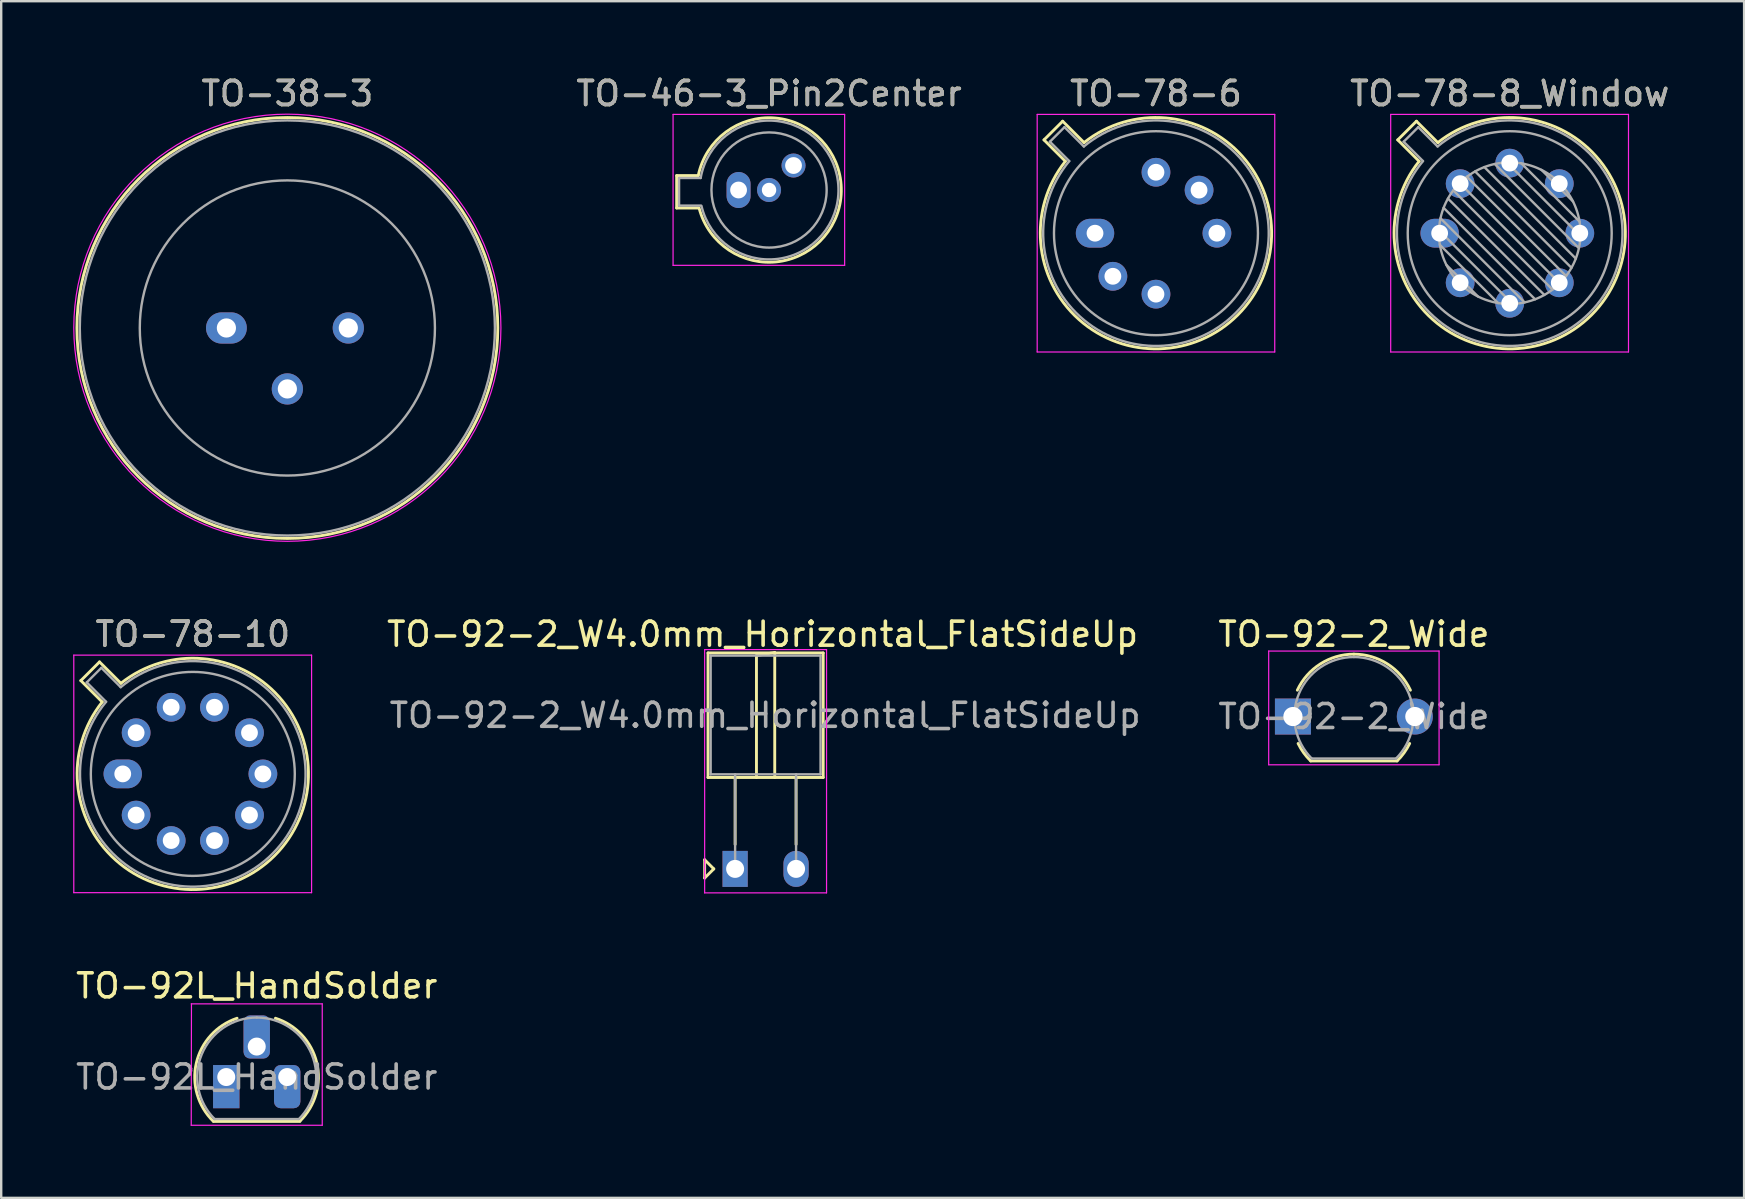
<source format=kicad_pcb>
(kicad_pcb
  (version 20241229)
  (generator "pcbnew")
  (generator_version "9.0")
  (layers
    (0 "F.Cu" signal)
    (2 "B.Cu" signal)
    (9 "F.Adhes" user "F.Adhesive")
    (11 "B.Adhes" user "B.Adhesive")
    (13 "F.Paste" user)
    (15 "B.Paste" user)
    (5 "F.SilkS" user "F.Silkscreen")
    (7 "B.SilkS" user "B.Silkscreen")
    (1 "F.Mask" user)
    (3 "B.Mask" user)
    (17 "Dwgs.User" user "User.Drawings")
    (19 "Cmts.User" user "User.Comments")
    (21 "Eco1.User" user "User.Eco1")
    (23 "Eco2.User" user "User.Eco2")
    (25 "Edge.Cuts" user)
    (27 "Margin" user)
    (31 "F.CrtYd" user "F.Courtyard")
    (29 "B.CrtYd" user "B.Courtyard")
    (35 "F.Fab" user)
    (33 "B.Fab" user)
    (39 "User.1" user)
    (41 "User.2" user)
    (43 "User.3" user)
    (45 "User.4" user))
  (footprint "TO-46-3_Pin2Center"
    (layer "F.Cu")
    (at 27.729 4.868)
    (property "Reference" "TO-46-3_Pin2Center" (at 1.27 -4.02 0) (layer "F.SilkS") (effects (font (size 1 1) (thickness 0.15))))
    (attr through_hole)
    (fp_line (start -2.58 -0.6) (end -2.58 0.75) (stroke (width 0.12) (type solid)) (layer "F.SilkS"))
    (fp_line (start -2.58 0.75) (end -1.68 0.75) (stroke (width 0.12) (type solid)) (layer "F.SilkS"))
    (fp_line (start -1.68 -0.6) (end -2.58 -0.6) (stroke (width 0.12) (type solid)) (layer "F.SilkS"))
    (fp_arc (start -1.68 -0.6) (mid 4.279362 -0.078983) (end -1.644465 0.753918) (stroke (width 0.12) (type solid)) (layer "F.SilkS"))
    (fp_line (start -2.73 -3.15) (end -2.73 3.14) (stroke (width 0.05) (type solid)) (layer "F.CrtYd"))
    (fp_line (start -2.73 -3.15) (end 4.42 -3.15) (stroke (width 0.05) (type solid)) (layer "F.CrtYd"))
    (fp_line (start 4.42 3.14) (end -2.73 3.14) (stroke (width 0.05) (type solid)) (layer "F.CrtYd"))
    (fp_line (start 4.42 3.14) (end 4.42 -3.15) (stroke (width 0.05) (type solid)) (layer "F.CrtYd"))
    (fp_line (start -2.48 -0.5) (end -2.48 0.65) (stroke (width 0.1) (type solid)) (layer "F.Fab"))
    (fp_line (start -2.48 0.65) (end -1.58 0.65) (stroke (width 0.1) (type solid)) (layer "F.Fab"))
    (fp_line (start -1.58 -0.5) (end -2.48 -0.5) (stroke (width 0.1) (type solid)) (layer "F.Fab"))
    (fp_arc (start -1.58 -0.5) (mid 4.1624 -0.08076) (end -1.54766 0.65825) (stroke (width 0.1) (type solid)) (layer "F.Fab"))
    (fp_circle (center 1.27 0) (end 3.67 0) (stroke (width 0.1) (type solid)) (fill no) (layer "F.Fab"))
    (fp_text user "${REFERENCE}" (at 1.27 -4.02 0) (layer "F.Fab") (effects (font (size 1 1) (thickness 0.15))))
    (pad "1" thru_hole oval (at 0 0 90) (size 1.5 1) (drill 0.7) (layers "*.Cu" "*.Mask"))
    (pad "2" thru_hole oval (at 1.27 0) (size 1 1) (drill 0.6) (layers "*.Cu" "*.Mask"))
    (pad "3" thru_hole oval (at 2.29 -1.02 90) (size 1 1) (drill 0.7) (layers "*.Cu" "*.Mask")))
  (footprint "TO-78-8_Window"
    (layer "F.Cu")
    (at 56.945 6.668)
    (property "Reference" "TO-78-8_Window" (at 2.92 -5.82 0) (layer "F.SilkS") (effects (font (size 1 1) (thickness 0.15))))
    (attr through_hole)
    (fp_line (start -1.746 -3.888) (end -0.855 -2.997) (stroke (width 0.12) (type solid)) (layer "F.SilkS"))
    (fp_line (start -0.968 -4.666) (end -1.746 -3.888) (stroke (width 0.12) (type solid)) (layer "F.SilkS"))
    (fp_line (start -0.077 -3.775) (end -0.968 -4.666) (stroke (width 0.12) (type solid)) (layer "F.SilkS"))
    (fp_arc (start -0.077084 -3.774902) (mid 6.328125 3.408384) (end -0.854674 -2.997371) (stroke (width 0.12) (type solid)) (layer "F.SilkS"))
    (fp_line (start -2.04 -4.95) (end -2.04 4.95) (stroke (width 0.05) (type solid)) (layer "F.CrtYd"))
    (fp_line (start -2.04 4.95) (end 7.87 4.95) (stroke (width 0.05) (type solid)) (layer "F.CrtYd"))
    (fp_line (start 7.87 -4.95) (end -2.04 -4.95) (stroke (width 0.05) (type solid)) (layer "F.CrtYd"))
    (fp_line (start 7.87 4.95) (end 7.87 -4.95) (stroke (width 0.05) (type solid)) (layer "F.CrtYd"))
    (fp_line (start -1.5 -3.812) (end -0.694 -3.005) (stroke (width 0.1) (type solid)) (layer "F.Fab"))
    (fp_line (start -0.892 -4.42) (end -1.5 -3.812) (stroke (width 0.1) (type solid)) (layer "F.Fab"))
    (fp_line (start -0.085 -3.614) (end -0.892 -4.42) (stroke (width 0.1) (type solid)) (layer "F.Fab"))
    (fp_line (start -0.028 -0.12) (end 3.04 2.948) (stroke (width 0.1) (type solid)) (layer "F.Fab"))
    (fp_line (start 0.009 0.485) (end 2.435 2.911) (stroke (width 0.1) (type solid)) (layer "F.Fab"))
    (fp_line (start 0.036 -0.622) (end 3.542 2.884) (stroke (width 0.1) (type solid)) (layer "F.Fab"))
    (fp_line (start 0.165 -1.058) (end 3.978 2.755) (stroke (width 0.1) (type solid)) (layer "F.Fab"))
    (fp_line (start 0.283 1.324) (end 1.596 2.637) (stroke (width 0.1) (type solid)) (layer "F.Fab"))
    (fp_line (start 0.346 -1.443) (end 4.363 2.574) (stroke (width 0.1) (type solid)) (layer "F.Fab"))
    (fp_line (start 0.57 -1.784) (end 4.704 2.35) (stroke (width 0.1) (type solid)) (layer "F.Fab"))
    (fp_line (start 0.834 -2.086) (end 5.006 2.086) (stroke (width 0.1) (type solid)) (layer "F.Fab"))
    (fp_line (start 1.136 -2.35) (end 5.27 1.784) (stroke (width 0.1) (type solid)) (layer "F.Fab"))
    (fp_line (start 1.477 -2.574) (end 5.494 1.443) (stroke (width 0.1) (type solid)) (layer "F.Fab"))
    (fp_line (start 1.862 -2.755) (end 5.675 1.058) (stroke (width 0.1) (type solid)) (layer "F.Fab"))
    (fp_line (start 2.298 -2.884) (end 5.804 0.622) (stroke (width 0.1) (type solid)) (layer "F.Fab"))
    (fp_line (start 2.8 -2.948) (end 5.868 0.12) (stroke (width 0.1) (type solid)) (layer "F.Fab"))
    (fp_line (start 3.405 -2.911) (end 5.831 -0.485) (stroke (width 0.1) (type solid)) (layer "F.Fab"))
    (fp_line (start 4.244 -2.637) (end 5.557 -1.324) (stroke (width 0.1) (type solid)) (layer "F.Fab"))
    (fp_arc (start -0.085408 -3.61352) (mid 6.243443 3.323361) (end -0.693594 -3.005319) (stroke (width 0.1) (type solid)) (layer "F.Fab"))
    (fp_circle (center 2.92 0) (end 5.87 0) (stroke (width 0.1) (type solid)) (fill no) (layer "F.Fab"))
    (fp_circle (center 2.92 0) (end 7.17 0) (stroke (width 0.1) (type solid)) (fill no) (layer "F.Fab"))
    (fp_text user "${REFERENCE}" (at 2.92 -5.82 0) (layer "F.Fab") (effects (font (size 1 1) (thickness 0.15))))
    (pad "1" thru_hole oval (at 0 0) (size 1.6 1.2) (drill 0.7) (layers "*.Cu" "*.Mask"))
    (pad "2" thru_hole oval (at 0.855 2.065) (size 1.2 1.2) (drill 0.7) (layers "*.Cu" "*.Mask"))
    (pad "3" thru_hole oval (at 2.92 2.92) (size 1.2 1.2) (drill 0.7) (layers "*.Cu" "*.Mask"))
    (pad "4" thru_hole oval (at 4.985 2.065) (size 1.2 1.2) (drill 0.7) (layers "*.Cu" "*.Mask"))
    (pad "5" thru_hole oval (at 5.84 0) (size 1.2 1.2) (drill 0.7) (layers "*.Cu" "*.Mask"))
    (pad "6" thru_hole oval (at 4.985 -2.065) (size 1.2 1.2) (drill 0.7) (layers "*.Cu" "*.Mask"))
    (pad "7" thru_hole oval (at 2.92 -2.92) (size 1.2 1.2) (drill 0.7) (layers "*.Cu" "*.Mask"))
    (pad "8" thru_hole oval (at 0.855 -2.065) (size 1.2 1.2) (drill 0.7) (layers "*.Cu" "*.Mask")))
  (footprint "TO-78-10"
    (layer "F.Cu")
    (at 2.065 29.201)
    (property "Reference" "TO-78-10" (at 2.92 -5.82 0) (layer "F.SilkS") (effects (font (size 1 1) (thickness 0.15))))
    (attr through_hole)
    (fp_line (start -1.746 -3.888) (end -0.855 -2.997) (stroke (width 0.12) (type solid)) (layer "F.SilkS"))
    (fp_line (start -0.968 -4.666) (end -1.746 -3.888) (stroke (width 0.12) (type solid)) (layer "F.SilkS"))
    (fp_line (start -0.077 -3.775) (end -0.968 -4.666) (stroke (width 0.12) (type solid)) (layer "F.SilkS"))
    (fp_arc (start -0.077084 -3.774902) (mid 6.328125 3.408384) (end -0.854674 -2.997371) (stroke (width 0.12) (type solid)) (layer "F.SilkS"))
    (fp_line (start -2.04 -4.95) (end -2.04 4.95) (stroke (width 0.05) (type solid)) (layer "F.CrtYd"))
    (fp_line (start -2.04 4.95) (end 7.87 4.95) (stroke (width 0.05) (type solid)) (layer "F.CrtYd"))
    (fp_line (start 7.87 -4.95) (end -2.04 -4.95) (stroke (width 0.05) (type solid)) (layer "F.CrtYd"))
    (fp_line (start 7.87 4.95) (end 7.87 -4.95) (stroke (width 0.05) (type solid)) (layer "F.CrtYd"))
    (fp_line (start -1.5 -3.812) (end -0.694 -3.005) (stroke (width 0.1) (type solid)) (layer "F.Fab"))
    (fp_line (start -0.892 -4.42) (end -1.5 -3.812) (stroke (width 0.1) (type solid)) (layer "F.Fab"))
    (fp_line (start -0.085 -3.614) (end -0.892 -4.42) (stroke (width 0.1) (type solid)) (layer "F.Fab"))
    (fp_arc (start -0.085408 -3.61352) (mid 6.243443 3.323361) (end -0.693594 -3.005319) (stroke (width 0.1) (type solid)) (layer "F.Fab"))
    (fp_circle (center 2.92 0) (end 7.17 0) (stroke (width 0.1) (type solid)) (fill no) (layer "F.Fab"))
    (fp_text user "${REFERENCE}" (at 2.92 -5.82 0) (layer "F.Fab") (effects (font (size 1 1) (thickness 0.15))))
    (pad "1" thru_hole oval (at 0 0) (size 1.6 1.2) (drill 0.7) (layers "*.Cu" "*.Mask"))
    (pad "2" thru_hole oval (at 0.558 1.716) (size 1.2 1.2) (drill 0.7) (layers "*.Cu" "*.Mask"))
    (pad "3" thru_hole oval (at 2.018 2.777) (size 1.2 1.2) (drill 0.7) (layers "*.Cu" "*.Mask"))
    (pad "4" thru_hole oval (at 3.822 2.777) (size 1.2 1.2) (drill 0.7) (layers "*.Cu" "*.Mask"))
    (pad "5" thru_hole oval (at 5.282 1.716) (size 1.2 1.2) (drill 0.7) (layers "*.Cu" "*.Mask"))
    (pad "6" thru_hole oval (at 5.84 0) (size 1.2 1.2) (drill 0.7) (layers "*.Cu" "*.Mask"))
    (pad "7" thru_hole oval (at 5.282 -1.716) (size 1.2 1.2) (drill 0.7) (layers "*.Cu" "*.Mask"))
    (pad "8" thru_hole oval (at 3.822 -2.777) (size 1.2 1.2) (drill 0.7) (layers "*.Cu" "*.Mask"))
    (pad "9" thru_hole oval (at 2.018 -2.777) (size 1.2 1.2) (drill 0.7) (layers "*.Cu" "*.Mask"))
    (pad "10" thru_hole oval (at 0.558 -1.716) (size 1.2 1.2) (drill 0.7) (layers "*.Cu" "*.Mask")))
  (footprint "TO-92L_HandSolder"
    (layer "F.Cu")
    (at 6.379 41.834)
    (property "Reference" "TO-92L_HandSolder" (at 1.27 -3.8 0) (layer "F.SilkS") (effects (font (size 1 1) (thickness 0.15))))
    (attr through_hole)
    (fp_line (start -0.53 1.85) (end 3.07 1.85) (stroke (width 0.12) (type solid)) (layer "F.SilkS"))
    (fp_arc (start -0.541453 1.842156) (mid -1.247298 -0.581475) (end 0.45 -2.45) (stroke (width 0.12) (type solid)) (layer "F.SilkS"))
    (fp_arc (start 2.05 -2.45) (mid 3.769931 -0.601036) (end 3.078445 1.827684) (stroke (width 0.12) (type solid)) (layer "F.SilkS"))
    (fp_line (start -1.46 -3.05) (end 4 -3.05) (stroke (width 0.05) (type solid)) (layer "F.CrtYd"))
    (fp_line (start -1.45 -3.05) (end -1.46 2.01) (stroke (width 0.05) (type solid)) (layer "F.CrtYd"))
    (fp_line (start 4 2.01) (end -1.46 2.01) (stroke (width 0.05) (type solid)) (layer "F.CrtYd"))
    (fp_line (start 4 2.01) (end 4 -3.05) (stroke (width 0.05) (type solid)) (layer "F.CrtYd"))
    (fp_line (start -0.5 1.75) (end 3 1.75) (stroke (width 0.1) (type solid)) (layer "F.Fab"))
    (fp_arc (start -0.483625 1.753625) (mid -1.021221 -0.949055) (end 1.27 -2.48) (stroke (width 0.1) (type solid)) (layer "F.Fab"))
    (fp_arc (start 1.27 -2.48) (mid 3.561221 -0.949055) (end 3.023625 1.753625) (stroke (width 0.1) (type solid)) (layer "F.Fab"))
    (fp_text user "${REFERENCE}" (at 1.27 0 0) (layer "F.Fab") (effects (font (size 1 1) (thickness 0.15))))
    (pad "1" thru_hole rect (at 0 0) (size 1.1 1.8) (drill 0.75 (offset 0 0.4)) (layers "*.Cu" "*.Mask"))
    (pad "2" thru_hole roundrect (at 1.27 -1.27) (size 1.1 1.8) (drill 0.75 (offset 0 -0.4)) (layers "*.Cu" "*.Mask") (roundrect_rratio 0.25))
    (pad "3" thru_hole roundrect (at 2.54 0) (size 1.1 1.8) (drill 0.75 (offset 0 0.4)) (layers "*.Cu" "*.Mask") (roundrect_rratio 0.25)))
  (footprint "TO-92-2_W4.0mm_Horizontal_FlatSideUp"
    (layer "F.Cu")
    (at 27.585 33.16)
    (property "Reference" "TO-92-2_W4.0mm_Horizontal_FlatSideUp" (at 1.143 -9.779 0) (layer "F.SilkS") (effects (font (size 1 1) (thickness 0.15))))
    (attr through_hole)
    (fp_line (start -1.27 -0.381) (end -1.27 0.381) (stroke (width 0.12) (type solid)) (layer "F.SilkS"))
    (fp_line (start -1.27 0.381) (end -0.889 0) (stroke (width 0.12) (type solid)) (layer "F.SilkS"))
    (fp_line (start -1.13 -9) (end -1.13 -3.81) (stroke (width 0.12) (type solid)) (layer "F.SilkS"))
    (fp_line (start -1.13 -3.81) (end 3.67 -3.81) (stroke (width 0.12) (type solid)) (layer "F.SilkS"))
    (fp_line (start -0.889 0) (end -1.27 -0.381) (stroke (width 0.12) (type solid)) (layer "F.SilkS"))
    (fp_line (start 0 -1.02) (end 0 -3.81) (stroke (width 0.12) (type solid)) (layer "F.SilkS"))
    (fp_line (start 0.889 -8.89) (end 1.651 -9.017) (stroke (width 0.12) (type solid)) (layer "F.SilkS"))
    (fp_line (start 0.889 -3.81) (end 0.889 -8.89) (stroke (width 0.12) (type solid)) (layer "F.SilkS"))
    (fp_line (start 1.651 -9.017) (end 1.651 -3.81) (stroke (width 0.12) (type solid)) (layer "F.SilkS"))
    (fp_line (start 2.54 -1.02) (end 2.54 -3.81) (stroke (width 0.12) (type solid)) (layer "F.SilkS"))
    (fp_line (start 3.67 -9) (end -1.13 -9) (stroke (width 0.12) (type solid)) (layer "F.SilkS"))
    (fp_line (start 3.67 -3.81) (end 3.67 -9) (stroke (width 0.12) (type solid)) (layer "F.SilkS"))
    (fp_line (start -1.27 -9.14) (end -1.27 1) (stroke (width 0.05) (type solid)) (layer "F.CrtYd"))
    (fp_line (start -1.27 -9.14) (end 3.81 -9.14) (stroke (width 0.05) (type solid)) (layer "F.CrtYd"))
    (fp_line (start 3.81 1) (end -1.27 1) (stroke (width 0.05) (type solid)) (layer "F.CrtYd"))
    (fp_line (start 3.81 1) (end 3.81 -9.14) (stroke (width 0.05) (type solid)) (layer "F.CrtYd"))
    (fp_line (start -1.02 -8.89) (end -1.02 -3.94) (stroke (width 0.1) (type solid)) (layer "F.Fab"))
    (fp_line (start -1.02 -3.94) (end 3.56 -3.94) (stroke (width 0.1) (type solid)) (layer "F.Fab"))
    (fp_line (start 0 -3.94) (end 0 0) (stroke (width 0.1) (type solid)) (layer "F.Fab"))
    (fp_line (start 2.54 -3.94) (end 2.54 0) (stroke (width 0.1) (type solid)) (layer "F.Fab"))
    (fp_line (start 3.56 -8.89) (end -1.02 -8.89) (stroke (width 0.1) (type solid)) (layer "F.Fab"))
    (fp_line (start 3.56 -3.94) (end 3.56 -8.89) (stroke (width 0.1) (type solid)) (layer "F.Fab"))
    (fp_text user "${REFERENCE}" (at 1.25 -6.4 0) (layer "F.Fab") (effects (font (size 1 1) (thickness 0.15))))
    (pad "1" thru_hole rect (at 0 0) (size 1.05 1.5) (drill 0.75) (layers "*.Cu" "*.Mask"))
    (pad "2" thru_hole oval (at 2.54 0) (size 1.05 1.5) (drill 0.75) (layers "*.Cu" "*.Mask")))
  (footprint "TO-78-6"
    (layer "F.Cu")
    (at 42.583 6.668)
    (property "Reference" "TO-78-6" (at 2.54 -5.82 0) (layer "F.SilkS") (effects (font (size 1 1) (thickness 0.15))))
    (attr through_hole)
    (fp_line (start -2.126 -3.888) (end -1.235 -2.997) (stroke (width 0.12) (type solid)) (layer "F.SilkS"))
    (fp_line (start -1.348 -4.666) (end -2.126 -3.888) (stroke (width 0.12) (type solid)) (layer "F.SilkS"))
    (fp_line (start -0.457 -3.775) (end -1.348 -4.666) (stroke (width 0.12) (type solid)) (layer "F.SilkS"))
    (fp_arc (start -0.457084 -3.774902) (mid 5.948125 3.408384) (end -1.234674 -2.997371) (stroke (width 0.12) (type solid)) (layer "F.SilkS"))
    (fp_line (start -2.41 -4.95) (end -2.41 4.95) (stroke (width 0.05) (type solid)) (layer "F.CrtYd"))
    (fp_line (start -2.41 4.95) (end 7.49 4.95) (stroke (width 0.05) (type solid)) (layer "F.CrtYd"))
    (fp_line (start 7.49 -4.95) (end -2.41 -4.95) (stroke (width 0.05) (type solid)) (layer "F.CrtYd"))
    (fp_line (start 7.49 4.95) (end 7.49 -4.95) (stroke (width 0.05) (type solid)) (layer "F.CrtYd"))
    (fp_line (start -1.88 -3.812) (end -1.074 -3.005) (stroke (width 0.1) (type solid)) (layer "F.Fab"))
    (fp_line (start -1.272 -4.42) (end -1.88 -3.812) (stroke (width 0.1) (type solid)) (layer "F.Fab"))
    (fp_line (start -0.465 -3.614) (end -1.272 -4.42) (stroke (width 0.1) (type solid)) (layer "F.Fab"))
    (fp_arc (start -0.465408 -3.61352) (mid 5.863443 3.323361) (end -1.073594 -3.005319) (stroke (width 0.1) (type solid)) (layer "F.Fab"))
    (fp_circle (center 2.54 0) (end 6.79 0) (stroke (width 0.1) (type solid)) (fill no) (layer "F.Fab"))
    (fp_text user "${REFERENCE}" (at 2.54 -5.82 0) (layer "F.Fab") (effects (font (size 1 1) (thickness 0.15))))
    (pad "1" thru_hole oval (at 0 0) (size 1.6 1.2) (drill 0.7) (layers "*.Cu" "*.Mask"))
    (pad "2" thru_hole oval (at 0.744 1.796) (size 1.2 1.2) (drill 0.7) (layers "*.Cu" "*.Mask"))
    (pad "3" thru_hole oval (at 2.54 2.54) (size 1.2 1.2) (drill 0.7) (layers "*.Cu" "*.Mask"))
    (pad "4" thru_hole oval (at 5.08 0) (size 1.2 1.2) (drill 0.7) (layers "*.Cu" "*.Mask"))
    (pad "5" thru_hole oval (at 4.336 -1.796) (size 1.2 1.2) (drill 0.7) (layers "*.Cu" "*.Mask"))
    (pad "6" thru_hole oval (at 2.54 -2.54) (size 1.2 1.2) (drill 0.7) (layers "*.Cu" "*.Mask")))
  (footprint "TO-38-3"
    (layer "F.Cu")
    (at 6.385 10.618)
    (property "Reference" "TO-38-3" (at 2.54 -9.77 0) (layer "F.SilkS") (effects (font (size 1 1) (thickness 0.15))))
    (attr through_hole)
    (fp_circle (center 2.54 0) (end 11.31 0) (stroke (width 0.12) (type solid)) (fill no) (layer "F.SilkS"))
    (fp_circle (center 2.54 -0.01) (end 11.44 -0.01) (stroke (width 0.05) (type solid)) (fill no) (layer "F.CrtYd"))
    (fp_circle (center 2.54 0) (end 8.69 0) (stroke (width 0.1) (type solid)) (fill no) (layer "F.Fab"))
    (fp_circle (center 2.54 0) (end 11.19 0) (stroke (width 0.1) (type solid)) (fill no) (layer "F.Fab"))
    (fp_text user "${REFERENCE}" (at 2.54 -9.77 0) (layer "F.Fab") (effects (font (size 1 1) (thickness 0.15))))
    (pad "1" thru_hole oval (at 0 0) (size 1.7 1.3) (drill 0.8) (layers "*.Cu" "*.Mask"))
    (pad "2" thru_hole oval (at 2.54 2.54) (size 1.3 1.3) (drill 0.8) (layers "*.Cu" "*.Mask"))
    (pad "3" thru_hole oval (at 5.08 0) (size 1.3 1.3) (drill 0.8) (layers "*.Cu" "*.Mask")))
  (footprint "TO-92-2_Wide"
    (layer "F.Cu")
    (at 50.831 26.811)
    (property "Reference" "TO-92-2_Wide" (at 2.54 -3.43 0) (layer "F.SilkS") (effects (font (size 1 1) (thickness 0.15))))
    (attr through_hole)
    (fp_line (start 0.74 1.85) (end 4.34 1.85) (stroke (width 0.12) (type solid)) (layer "F.SilkS"))
    (fp_arc (start 0.1836 -1.098807) (mid 1.143021 -2.192817) (end 2.54 -2.6) (stroke (width 0.12) (type solid)) (layer "F.SilkS"))
    (fp_arc (start 0.74 1.85) (mid 0.446097 1.509328) (end 0.215816 1.122795) (stroke (width 0.12) (type solid)) (layer "F.SilkS"))
    (fp_arc (start 2.54 -2.6) (mid 3.936979 -2.192818) (end 4.8964 -1.098807) (stroke (width 0.12) (type solid)) (layer "F.SilkS"))
    (fp_arc (start 4.864184 1.122795) (mid 4.633903 1.509328) (end 4.34 1.85) (stroke (width 0.12) (type solid)) (layer "F.SilkS"))
    (fp_line (start -1.01 -2.73) (end -1.01 2.01) (stroke (width 0.05) (type solid)) (layer "F.CrtYd"))
    (fp_line (start -1.01 -2.73) (end 6.09 -2.73) (stroke (width 0.05) (type solid)) (layer "F.CrtYd"))
    (fp_line (start 6.09 2.01) (end -1.01 2.01) (stroke (width 0.05) (type solid)) (layer "F.CrtYd"))
    (fp_line (start 6.09 2.01) (end 6.09 -2.73) (stroke (width 0.05) (type solid)) (layer "F.CrtYd"))
    (fp_line (start 0.8 1.75) (end 4.3 1.75) (stroke (width 0.1) (type solid)) (layer "F.Fab"))
    (fp_arc (start 0.786375 1.753625) (mid 0.248779 -0.949055) (end 2.54 -2.48) (stroke (width 0.1) (type solid)) (layer "F.Fab"))
    (fp_arc (start 2.54 -2.48) (mid 4.831221 -0.949055) (end 4.293625 1.753625) (stroke (width 0.1) (type solid)) (layer "F.Fab"))
    (fp_text user "${REFERENCE}" (at 2.54 0 0) (layer "F.Fab") (effects (font (size 1 1) (thickness 0.15))))
    (pad "1" thru_hole rect (at 0 0) (size 1.5 1.5) (drill 0.8) (layers "*.Cu" "*.Mask"))
    (pad "2" thru_hole circle (at 5.08 0) (size 1.5 1.5) (drill 0.8) (layers "*.Cu" "*.Mask")))
  (gr_rect
    (start -3 -3)
    (end 69.633 46.869)
    (stroke (width 0.1) (type default))
    (fill no)
    (layer "Edge.Cuts")))
</source>
